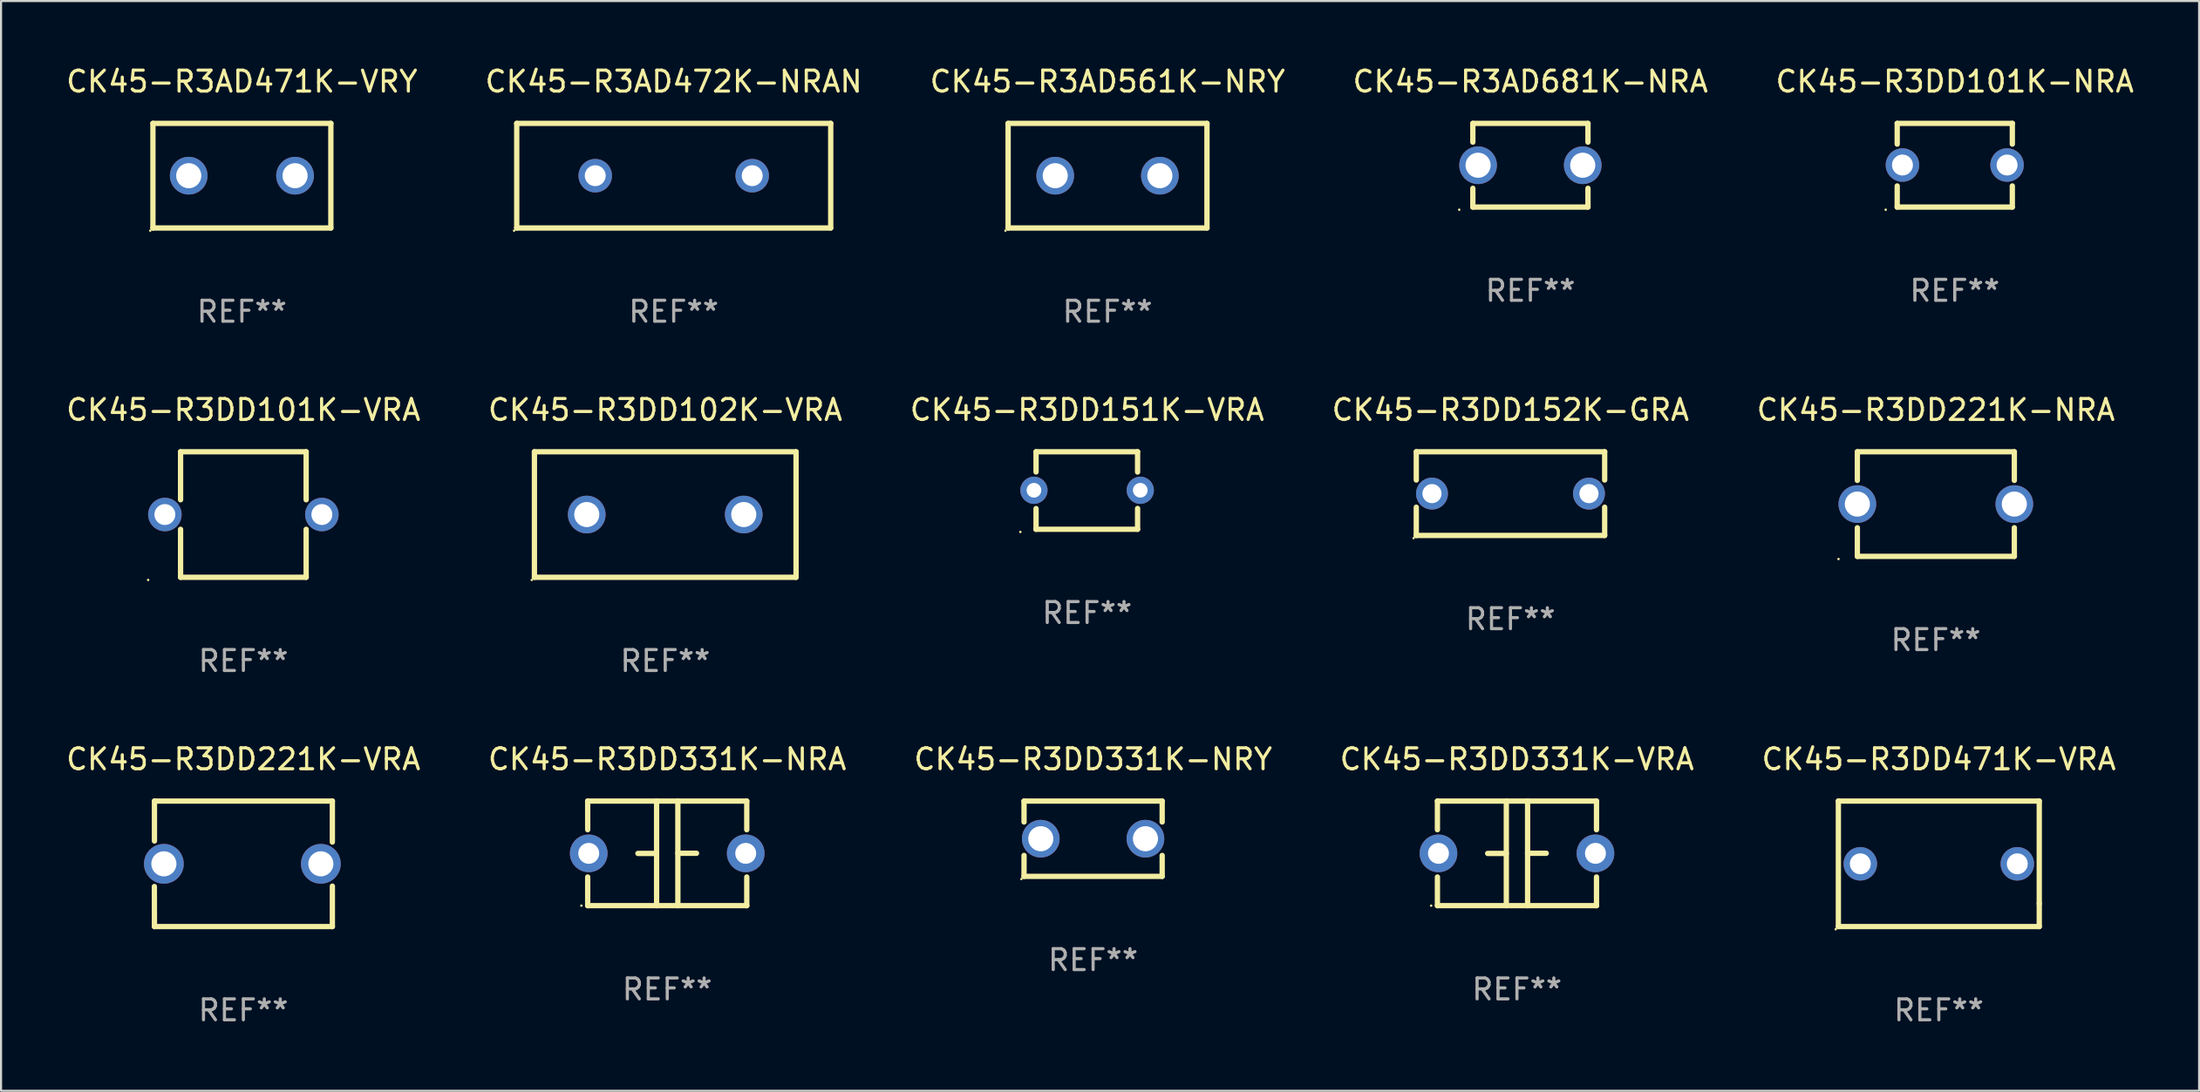
<source format=kicad_pcb>
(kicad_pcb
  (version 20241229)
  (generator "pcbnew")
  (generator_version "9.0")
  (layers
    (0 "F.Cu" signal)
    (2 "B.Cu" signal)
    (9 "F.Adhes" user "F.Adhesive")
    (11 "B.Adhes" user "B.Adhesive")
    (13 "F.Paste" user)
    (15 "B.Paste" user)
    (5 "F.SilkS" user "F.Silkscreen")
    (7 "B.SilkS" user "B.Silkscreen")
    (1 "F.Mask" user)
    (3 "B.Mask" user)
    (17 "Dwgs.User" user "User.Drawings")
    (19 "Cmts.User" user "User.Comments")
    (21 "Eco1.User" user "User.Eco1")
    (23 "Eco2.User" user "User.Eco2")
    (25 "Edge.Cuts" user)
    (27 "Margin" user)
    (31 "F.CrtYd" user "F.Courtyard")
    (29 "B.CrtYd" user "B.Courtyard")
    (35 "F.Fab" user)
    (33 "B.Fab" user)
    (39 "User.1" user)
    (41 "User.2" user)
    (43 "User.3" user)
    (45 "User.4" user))
  (footprint "CK45-R3DD471K-VRA"
    (layer "F.Cu")
    (at 89.577 38.241)
    (property "Reference" "CK45-R3DD471K-VRA" (at 0 -5 0) (layer "F.SilkS") (effects (font (size 1 1) (thickness 0.15))))
    (attr through_hole)
    (fp_line (start -4.799 -3) (end 4.799 -3) (stroke (width 0.254) (type solid)) (layer "F.SilkS"))
    (fp_line (start -4.799 3) (end -4.799 -3) (stroke (width 0.254) (type solid)) (layer "F.SilkS"))
    (fp_line (start 4.799 -3) (end 4.799 1.9) (stroke (width 0.254) (type solid)) (layer "F.SilkS"))
    (fp_line (start 4.799 1.9) (end 4.799 3) (stroke (width 0.254) (type solid)) (layer "F.SilkS"))
    (fp_line (start 4.799 3) (end -4.799 3) (stroke (width 0.254) (type solid)) (layer "F.SilkS"))
    (fp_circle (center -4.926 3.127) (end -4.896 3.127) (stroke (width 0.06) (type solid)) (fill no) (layer "F.SilkS"))
    (fp_text user "REF**" (at 0 7 0) (layer "F.Fab") (effects (font (size 1 1) (thickness 0.15))))
    (pad "1" thru_hole circle (at -3.75 0) (size 1.6 1.6) (drill 1) (layers "*.Cu" "*.Mask"))
    (pad "2" thru_hole circle (at 3.75 0) (size 1.6 1.6) (drill 1) (layers "*.Cu" "*.Mask")))
  (footprint "CK45-R3DD331K-VRA"
    (layer "F.Cu")
    (at 69.423 37.741)
    (property "Reference" "CK45-R3DD331K-VRA" (at 0 -4.5 0) (layer "F.SilkS") (effects (font (size 1 1) (thickness 0.15))))
    (attr through_hole)
    (fp_line (start -3.8 -2.5) (end -3.8 -1.13) (stroke (width 0.254) (type solid)) (layer "F.SilkS"))
    (fp_line (start -3.8 -2.5) (end 3.8 -2.5) (stroke (width 0.254) (type solid)) (layer "F.SilkS"))
    (fp_line (start -3.8 1.13) (end -3.8 2.5) (stroke (width 0.254) (type solid)) (layer "F.SilkS"))
    (fp_line (start -3.8 2.5) (end 3.8 2.5) (stroke (width 0.254) (type solid)) (layer "F.SilkS"))
    (fp_line (start -0.508 0.004) (end -1.4 0.004) (stroke (width 0.254) (type solid)) (layer "F.SilkS"))
    (fp_line (start -0.508 2.5) (end -0.508 -2.5) (stroke (width 0.254) (type solid)) (layer "F.SilkS"))
    (fp_line (start 0.508 -2.5) (end 0.508 2.5) (stroke (width 0.254) (type solid)) (layer "F.SilkS"))
    (fp_line (start 0.508 -0.004) (end 1.4 -0.004) (stroke (width 0.254) (type solid)) (layer "F.SilkS"))
    (fp_line (start 3.8 -2.5) (end 3.8 -1.13) (stroke (width 0.254) (type solid)) (layer "F.SilkS"))
    (fp_line (start 3.8 1.13) (end 3.8 2.5) (stroke (width 0.254) (type solid)) (layer "F.SilkS"))
    (fp_circle (center -4.1 2.5) (end -4.07 2.5) (stroke (width 0.06) (type solid)) (fill no) (layer "F.SilkS"))
    (fp_text user "REF**" (at 0 6.5 0) (layer "F.Fab") (effects (font (size 1 1) (thickness 0.15))))
    (pad "1" thru_hole circle (at -3.75 0) (size 1.8 1.8) (drill 1) (layers "*.Cu" "*.Mask"))
    (pad "2" thru_hole circle (at 3.75 0) (size 1.8 1.8) (drill 1) (layers "*.Cu" "*.Mask")))
  (footprint "CK45-R3DD152K-GRA"
    (layer "F.Cu")
    (at 69.113 20.545)
    (property "Reference" "CK45-R3DD152K-GRA" (at 0 -4 0) (layer "F.SilkS") (effects (font (size 1 1) (thickness 0.15))))
    (attr through_hole)
    (fp_line (start -4.5 -2) (end -4.5 -0.65) (stroke (width 0.254) (type solid)) (layer "F.SilkS"))
    (fp_line (start -4.5 -2) (end 4.5 -2) (stroke (width 0.254) (type solid)) (layer "F.SilkS"))
    (fp_line (start -4.5 0.65) (end -4.5 2) (stroke (width 0.254) (type solid)) (layer "F.SilkS"))
    (fp_line (start -4.5 2) (end 4.5 2) (stroke (width 0.254) (type solid)) (layer "F.SilkS"))
    (fp_line (start 4.5 -2) (end 4.5 -0.65) (stroke (width 0.254) (type solid)) (layer "F.SilkS"))
    (fp_line (start 4.5 0.65) (end 4.5 2) (stroke (width 0.254) (type solid)) (layer "F.SilkS"))
    (fp_circle (center -4.627 2.127) (end -4.597 2.127) (stroke (width 0.06) (type solid)) (fill no) (layer "F.SilkS"))
    (fp_text user "REF**" (at 0 6 0) (layer "F.Fab") (effects (font (size 1 1) (thickness 0.15))))
    (pad "1" thru_hole circle (at -3.75 0) (size 1.524 1.524) (drill 0.914) (layers "*.Cu" "*.Mask"))
    (pad "2" thru_hole circle (at 3.75 0) (size 1.524 1.524) (drill 0.914) (layers "*.Cu" "*.Mask")))
  (footprint "CK45-R3DD101K-NRA"
    (layer "F.Cu")
    (at 90.339 4.848)
    (property "Reference" "CK45-R3DD101K-NRA" (at 0 -4 0) (layer "F.SilkS") (effects (font (size 1 1) (thickness 0.15))))
    (attr through_hole)
    (fp_line (start -2.75 -2) (end 2.75 -2) (stroke (width 0.254) (type solid)) (layer "F.SilkS"))
    (fp_line (start -2.75 -1.01) (end -2.75 -2) (stroke (width 0.254) (type solid)) (layer "F.SilkS"))
    (fp_line (start -2.75 2) (end -2.75 0.99) (stroke (width 0.254) (type solid)) (layer "F.SilkS"))
    (fp_line (start 2.75 -2) (end 2.75 -1.01) (stroke (width 0.254) (type solid)) (layer "F.SilkS"))
    (fp_line (start 2.75 0.99) (end 2.75 2) (stroke (width 0.254) (type solid)) (layer "F.SilkS"))
    (fp_line (start 2.75 2) (end -2.75 2) (stroke (width 0.254) (type solid)) (layer "F.SilkS"))
    (fp_circle (center -3.299 2.127) (end -3.269 2.127) (stroke (width 0.06) (type solid)) (fill no) (layer "F.SilkS"))
    (fp_text user "REF**" (at 0 6 0) (layer "F.Fab") (effects (font (size 1 1) (thickness 0.15))))
    (pad "1" thru_hole circle (at -2.499 -0.01) (size 1.6 1.6) (drill 1) (layers "*.Cu" "*.Mask"))
    (pad "2" thru_hole circle (at 2.499 -0.01) (size 1.6 1.6) (drill 1) (layers "*.Cu" "*.Mask")))
  (footprint "CK45-R3DD101K-VRA"
    (layer "F.Cu")
    (at 8.577 21.545)
    (property "Reference" "CK45-R3DD101K-VRA" (at 0 -5 0) (layer "F.SilkS") (effects (font (size 1 1) (thickness 0.15))))
    (attr through_hole)
    (fp_line (start -3 -3) (end -3 -0.706) (stroke (width 0.254) (type solid)) (layer "F.SilkS"))
    (fp_line (start -3 -3) (end 3 -3) (stroke (width 0.254) (type solid)) (layer "F.SilkS"))
    (fp_line (start -3 0.706) (end -3 3) (stroke (width 0.254) (type solid)) (layer "F.SilkS"))
    (fp_line (start 3 -3) (end 3 -0.706) (stroke (width 0.254) (type solid)) (layer "F.SilkS"))
    (fp_line (start 3 0.706) (end 3 3) (stroke (width 0.254) (type solid)) (layer "F.SilkS"))
    (fp_line (start 3 3) (end -3 3) (stroke (width 0.254) (type solid)) (layer "F.SilkS"))
    (fp_circle (center -4.55 3.127) (end -4.52 3.127) (stroke (width 0.06) (type solid)) (fill no) (layer "F.SilkS"))
    (fp_text user "REF**" (at 0 7 0) (layer "F.Fab") (effects (font (size 1 1) (thickness 0.15))))
    (pad "1" thru_hole circle (at -3.75 0) (size 1.6 1.6) (drill 1) (layers "*.Cu" "*.Mask"))
    (pad "2" thru_hole circle (at 3.75 0) (size 1.6 1.6) (drill 1) (layers "*.Cu" "*.Mask")))
  (footprint "CK45-R3DD151K-VRA"
    (layer "F.Cu")
    (at 48.887 20.397)
    (property "Reference" "CK45-R3DD151K-VRA" (at 0 -3.853 0) (layer "F.SilkS") (effects (font (size 1 1) (thickness 0.15))))
    (attr through_hole)
    (fp_line (start -2.439 -1.853) (end -2.439 -0.888) (stroke (width 0.254) (type solid)) (layer "F.SilkS"))
    (fp_line (start -2.439 -1.853) (end 2.411 -1.853) (stroke (width 0.254) (type solid)) (layer "F.SilkS"))
    (fp_line (start -2.439 0.863) (end -2.439 1.853) (stroke (width 0.254) (type solid)) (layer "F.SilkS"))
    (fp_line (start 2.408 1.853) (end -2.442 1.853) (stroke (width 0.254) (type solid)) (layer "F.SilkS"))
    (fp_line (start 2.411 -1.853) (end 2.411 -0.884) (stroke (width 0.254) (type solid)) (layer "F.SilkS"))
    (fp_line (start 2.411 0.859) (end 2.411 1.853) (stroke (width 0.254) (type solid)) (layer "F.SilkS"))
    (fp_circle (center -3.19 1.98) (end -3.16 1.98) (stroke (width 0.06) (type solid)) (fill no) (layer "F.SilkS"))
    (fp_text user "REF**" (at 0 5.853 0) (layer "F.Fab") (effects (font (size 1 1) (thickness 0.15))))
    (pad "1" thru_hole circle (at -2.54 -0.012) (size 1.3 1.3) (drill 0.7) (layers "*.Cu" "*.Mask"))
    (pad "2" thru_hole circle (at 2.54 -0.012) (size 1.3 1.3) (drill 0.7) (layers "*.Cu" "*.Mask")))
  (footprint "CK45-R3DD102K-VRA"
    (layer "F.Cu")
    (at 28.732 21.545)
    (property "Reference" "CK45-R3DD102K-VRA" (at 0 -5 0) (layer "F.SilkS") (effects (font (size 1 1) (thickness 0.15))))
    (attr through_hole)
    (fp_line (start -6.25 -3) (end 6.25 -3) (stroke (width 0.254) (type solid)) (layer "F.SilkS"))
    (fp_line (start -6.25 3) (end -6.25 -3) (stroke (width 0.254) (type solid)) (layer "F.SilkS"))
    (fp_line (start 6.25 -3) (end 6.25 3) (stroke (width 0.254) (type solid)) (layer "F.SilkS"))
    (fp_line (start 6.25 3) (end -6.25 3) (stroke (width 0.254) (type solid)) (layer "F.SilkS"))
    (fp_circle (center -6.377 3.127) (end -6.347 3.127) (stroke (width 0.06) (type solid)) (fill no) (layer "F.SilkS"))
    (fp_text user "REF**" (at 0 7 0) (layer "F.Fab") (effects (font (size 1 1) (thickness 0.15))))
    (pad "1" thru_hole circle (at -3.75 0) (size 1.8 1.8) (drill 1.2) (layers "*.Cu" "*.Mask"))
    (pad "2" thru_hole circle (at 3.75 0) (size 1.8 1.8) (drill 1.2) (layers "*.Cu" "*.Mask")))
  (footprint "CK45-R3AD472K-NRAN"
    (layer "F.Cu")
    (at 29.137 5.348)
    (property "Reference" "CK45-R3AD472K-NRAN" (at 0 -4.5 0) (layer "F.SilkS") (effects (font (size 1 1) (thickness 0.15))))
    (attr through_hole)
    (fp_line (start -7.5 -2.5) (end 7.5 -2.5) (stroke (width 0.254) (type solid)) (layer "F.SilkS"))
    (fp_line (start -7.5 2.5) (end -7.5 -2.5) (stroke (width 0.254) (type solid)) (layer "F.SilkS"))
    (fp_line (start 7.5 -2.5) (end 7.5 2.5) (stroke (width 0.254) (type solid)) (layer "F.SilkS"))
    (fp_line (start 7.5 2.5) (end -7.5 2.5) (stroke (width 0.254) (type solid)) (layer "F.SilkS"))
    (fp_circle (center -7.627 2.627) (end -7.597 2.627) (stroke (width 0.06) (type solid)) (fill no) (layer "F.SilkS"))
    (fp_text user "REF**" (at 0 6.5 0) (layer "F.Fab") (effects (font (size 1 1) (thickness 0.15))))
    (pad "1" thru_hole circle (at -3.75 0) (size 1.6 1.6) (drill 1) (layers "*.Cu" "*.Mask"))
    (pad "2" thru_hole circle (at 3.75 0) (size 1.6 1.6) (drill 1) (layers "*.Cu" "*.Mask")))
  (footprint "CK45-R3DD221K-NRA"
    (layer "F.Cu")
    (at 89.435 21.045)
    (property "Reference" "CK45-R3DD221K-NRA" (at 0 -4.5 0) (layer "F.SilkS") (effects (font (size 1 1) (thickness 0.15))))
    (attr through_hole)
    (fp_line (start -3.75 -2.5) (end -3.75 -1.131) (stroke (width 0.254) (type solid)) (layer "F.SilkS"))
    (fp_line (start -3.75 -2.5) (end 3.75 -2.5) (stroke (width 0.254) (type solid)) (layer "F.SilkS"))
    (fp_line (start -3.75 1.131) (end -3.75 2.5) (stroke (width 0.254) (type solid)) (layer "F.SilkS"))
    (fp_line (start 3.75 -2.5) (end 3.75 -1.131) (stroke (width 0.254) (type solid)) (layer "F.SilkS"))
    (fp_line (start 3.75 1.131) (end 3.75 2.5) (stroke (width 0.254) (type solid)) (layer "F.SilkS"))
    (fp_line (start 3.75 2.5) (end -3.75 2.5) (stroke (width 0.254) (type solid)) (layer "F.SilkS"))
    (fp_circle (center -4.65 2.627) (end -4.62 2.627) (stroke (width 0.06) (type solid)) (fill no) (layer "F.SilkS"))
    (fp_text user "REF**" (at 0 6.5 0) (layer "F.Fab") (effects (font (size 1 1) (thickness 0.15))))
    (pad "1" thru_hole circle (at -3.75 0) (size 1.8 1.8) (drill 1.2) (layers "*.Cu" "*.Mask"))
    (pad "2" thru_hole circle (at 3.75 0) (size 1.8 1.8) (drill 1.2) (layers "*.Cu" "*.Mask")))
  (footprint "CK45-R3DD331K-NRA"
    (layer "F.Cu")
    (at 28.827 37.741)
    (property "Reference" "CK45-R3DD331K-NRA" (at 0 -4.5 0) (layer "F.SilkS") (effects (font (size 1 1) (thickness 0.15))))
    (attr through_hole)
    (fp_line (start -3.8 -2.5) (end -3.8 -1.13) (stroke (width 0.254) (type solid)) (layer "F.SilkS"))
    (fp_line (start -3.8 -2.5) (end 3.8 -2.5) (stroke (width 0.254) (type solid)) (layer "F.SilkS"))
    (fp_line (start -3.8 1.13) (end -3.8 2.5) (stroke (width 0.254) (type solid)) (layer "F.SilkS"))
    (fp_line (start -3.8 2.5) (end 3.8 2.5) (stroke (width 0.254) (type solid)) (layer "F.SilkS"))
    (fp_line (start -0.508 0.004) (end -1.4 0.004) (stroke (width 0.254) (type solid)) (layer "F.SilkS"))
    (fp_line (start -0.508 2.5) (end -0.508 -2.5) (stroke (width 0.254) (type solid)) (layer "F.SilkS"))
    (fp_line (start 0.508 -2.5) (end 0.508 2.5) (stroke (width 0.254) (type solid)) (layer "F.SilkS"))
    (fp_line (start 0.508 -0.004) (end 1.4 -0.004) (stroke (width 0.254) (type solid)) (layer "F.SilkS"))
    (fp_line (start 3.8 -2.5) (end 3.8 -1.13) (stroke (width 0.254) (type solid)) (layer "F.SilkS"))
    (fp_line (start 3.8 1.13) (end 3.8 2.5) (stroke (width 0.254) (type solid)) (layer "F.SilkS"))
    (fp_circle (center -4.1 2.5) (end -4.07 2.5) (stroke (width 0.06) (type solid)) (fill no) (layer "F.SilkS"))
    (fp_text user "REF**" (at 0 6.5 0) (layer "F.Fab") (effects (font (size 1 1) (thickness 0.15))))
    (pad "1" thru_hole circle (at -3.75 0) (size 1.8 1.8) (drill 1) (layers "*.Cu" "*.Mask"))
    (pad "2" thru_hole circle (at 3.75 0) (size 1.8 1.8) (drill 1) (layers "*.Cu" "*.Mask")))
  (footprint "CK45-R3AD561K-NRY"
    (layer "F.Cu")
    (at 49.863 5.348)
    (property "Reference" "CK45-R3AD561K-NRY" (at 0 -4.5 0) (layer "F.SilkS") (effects (font (size 1 1) (thickness 0.15))))
    (attr through_hole)
    (fp_line (start -4.75 -2.5) (end 4.75 -2.5) (stroke (width 0.254) (type solid)) (layer "F.SilkS"))
    (fp_line (start -4.75 2.5) (end -4.75 -2.5) (stroke (width 0.254) (type solid)) (layer "F.SilkS"))
    (fp_line (start 4.75 -2.5) (end 4.75 2.5) (stroke (width 0.254) (type solid)) (layer "F.SilkS"))
    (fp_line (start 4.75 2.5) (end -4.75 2.5) (stroke (width 0.254) (type solid)) (layer "F.SilkS"))
    (fp_circle (center -4.877 2.627) (end -4.847 2.627) (stroke (width 0.06) (type solid)) (fill no) (layer "F.SilkS"))
    (fp_text user "REF**" (at 0 6.5 0) (layer "F.Fab") (effects (font (size 1 1) (thickness 0.15))))
    (pad "1" thru_hole circle (at -2.5 0) (size 1.8 1.8) (drill 1.2) (layers "*.Cu" "*.Mask"))
    (pad "2" thru_hole circle (at 2.5 0) (size 1.8 1.8) (drill 1.2) (layers "*.Cu" "*.Mask")))
  (footprint "CK45-R3AD681K-NRA"
    (layer "F.Cu")
    (at 70.065 4.848)
    (property "Reference" "CK45-R3AD681K-NRA" (at 0 -4 0) (layer "F.SilkS") (effects (font (size 1 1) (thickness 0.15))))
    (attr through_hole)
    (fp_line (start -2.75 -2) (end -2.75 -1.103) (stroke (width 0.254) (type solid)) (layer "F.SilkS"))
    (fp_line (start -2.75 -2) (end 2.75 -2) (stroke (width 0.254) (type solid)) (layer "F.SilkS"))
    (fp_line (start -2.75 1.103) (end -2.75 2) (stroke (width 0.254) (type solid)) (layer "F.SilkS"))
    (fp_line (start 2.75 -2) (end 2.75 -1.103) (stroke (width 0.254) (type solid)) (layer "F.SilkS"))
    (fp_line (start 2.75 1.103) (end 2.75 2) (stroke (width 0.254) (type solid)) (layer "F.SilkS"))
    (fp_line (start 2.75 2) (end -2.75 2) (stroke (width 0.254) (type solid)) (layer "F.SilkS"))
    (fp_circle (center -3.4 2.127) (end -3.37 2.127) (stroke (width 0.06) (type solid)) (fill no) (layer "F.SilkS"))
    (fp_text user "REF**" (at 0 6 0) (layer "F.Fab") (effects (font (size 1 1) (thickness 0.15))))
    (pad "1" thru_hole circle (at -2.5 0) (size 1.8 1.8) (drill 1.2) (layers "*.Cu" "*.Mask"))
    (pad "2" thru_hole circle (at 2.5 0) (size 1.8 1.8) (drill 1.2) (layers "*.Cu" "*.Mask")))
  (footprint "CK45-R3DD221K-VRA"
    (layer "F.Cu")
    (at 8.577 38.241)
    (property "Reference" "CK45-R3DD221K-VRA" (at 0 -5 0) (layer "F.SilkS") (effects (font (size 1 1) (thickness 0.15))))
    (attr through_hole)
    (fp_line (start -4.252 1.085) (end -4.248 3) (stroke (width 0.254) (type solid)) (layer "F.SilkS"))
    (fp_line (start -4.248 -3) (end -4.248 -1.091) (stroke (width 0.254) (type solid)) (layer "F.SilkS"))
    (fp_line (start -4.248 3) (end 4.252 3) (stroke (width 0.254) (type solid)) (layer "F.SilkS"))
    (fp_line (start 4.252 -3) (end -4.248 -3) (stroke (width 0.254) (type solid)) (layer "F.SilkS"))
    (fp_line (start 4.252 -1.041) (end 4.252 -3) (stroke (width 0.254) (type solid)) (layer "F.SilkS"))
    (fp_line (start 4.252 3) (end 4.252 1.067) (stroke (width 0.254) (type solid)) (layer "F.SilkS"))
    (fp_circle (center -4.298 3) (end -4.268 3) (stroke (width 0.06) (type solid)) (fill no) (layer "F.SilkS"))
    (fp_text user "REF**" (at 0 7 0) (layer "F.Fab") (effects (font (size 1 1) (thickness 0.15))))
    (pad "1" thru_hole circle (at -3.798 0) (size 1.9 1.9) (drill 1.2) (layers "*.Cu" "*.Mask"))
    (pad "2" thru_hole circle (at 3.702 0) (size 1.9 1.9) (drill 1.2) (layers "*.Cu" "*.Mask")))
  (footprint "CK45-R3AD471K-VRY"
    (layer "F.Cu")
    (at 8.506 5.348)
    (property "Reference" "CK45-R3AD471K-VRY" (at 0 -4.5 0) (layer "F.SilkS") (effects (font (size 1 1) (thickness 0.15))))
    (attr through_hole)
    (fp_line (start -4.25 -2.5) (end 4.25 -2.5) (stroke (width 0.254) (type solid)) (layer "F.SilkS"))
    (fp_line (start -4.25 2.5) (end -4.25 -2.5) (stroke (width 0.254) (type solid)) (layer "F.SilkS"))
    (fp_line (start 4.25 -2.5) (end 4.25 2.5) (stroke (width 0.254) (type solid)) (layer "F.SilkS"))
    (fp_line (start 4.25 2.5) (end -4.25 2.5) (stroke (width 0.254) (type solid)) (layer "F.SilkS"))
    (fp_circle (center -4.377 2.627) (end -4.347 2.627) (stroke (width 0.06) (type solid)) (fill no) (layer "F.SilkS"))
    (fp_text user "REF**" (at 0 6.5 0) (layer "F.Fab") (effects (font (size 1 1) (thickness 0.15))))
    (pad "1" thru_hole circle (at -2.54 0) (size 1.8 1.8) (drill 1.2) (layers "*.Cu" "*.Mask"))
    (pad "2" thru_hole circle (at 2.54 0) (size 1.8 1.8) (drill 1.2) (layers "*.Cu" "*.Mask")))
  (footprint "CK45-R3DD331K-NRY"
    (layer "F.Cu")
    (at 49.173 37.041)
    (property "Reference" "CK45-R3DD331K-NRY" (at 0 -3.8 0) (layer "F.SilkS") (effects (font (size 1 1) (thickness 0.15))))
    (attr through_hole)
    (fp_line (start -3.3 -1.8) (end -3.3 -0.799) (stroke (width 0.254) (type solid)) (layer "F.SilkS"))
    (fp_line (start -3.3 -1.8) (end 3.3 -1.8) (stroke (width 0.254) (type solid)) (layer "F.SilkS"))
    (fp_line (start -3.3 0.799) (end -3.3 1.8) (stroke (width 0.254) (type solid)) (layer "F.SilkS"))
    (fp_line (start 3.3 1.8) (end -3.3 1.8) (stroke (width 0.254) (type solid)) (layer "F.SilkS"))
    (fp_line (start 3.3 -1.8) (end 3.3 -0.799) (stroke (width 0.254) (type solid)) (layer "F.SilkS"))
    (fp_line (start 3.3 0.799) (end 3.3 1.8) (stroke (width 0.254) (type solid)) (layer "F.SilkS"))
    (fp_circle (center -3.427 1.927) (end -3.397 1.927) (stroke (width 0.06) (type solid)) (fill no) (layer "F.SilkS"))
    (fp_text user "REF**" (at 0 5.8 0) (layer "F.Fab") (effects (font (size 1 1) (thickness 0.15))))
    (pad "1" thru_hole circle (at -2.5 0) (size 1.8 1.8) (drill 1.2) (layers "*.Cu" "*.Mask"))
    (pad "2" thru_hole circle (at 2.5 0) (size 1.8 1.8) (drill 1.2) (layers "*.Cu" "*.Mask")))
  (gr_rect
    (start -3 -3)
    (end 102.012 49.09)
    (stroke (width 0.1) (type default))
    (fill no)
    (layer "Edge.Cuts")))
</source>
